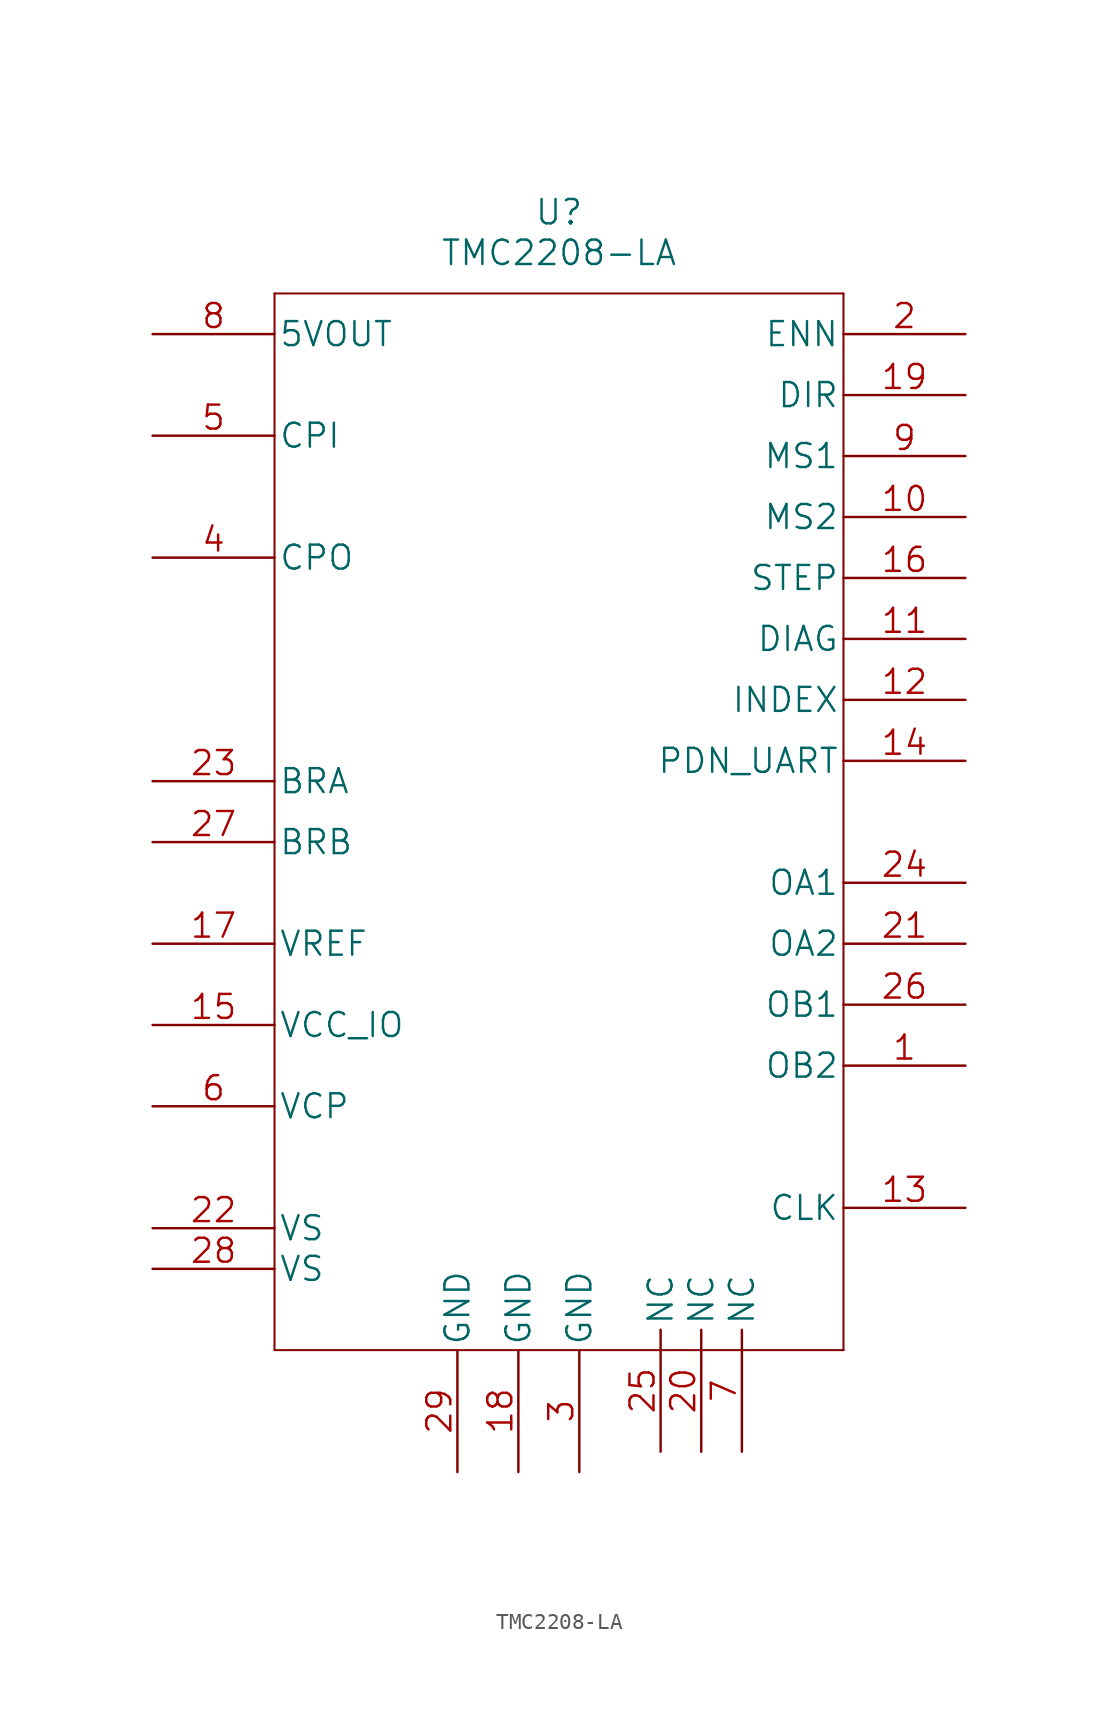
<source format=kicad_sym>
(kicad_symbol_lib
  (version 20211014)
  (generator kicad_symbol_editor)
  (symbol "TMC2208-LA"
    (pin_names
      (offset 0.254))
    (property "Reference" "U"
      (at 25.4 10.16 0)
      (effects (font (size 1.524 1.524))))
    (property "Value" "TMC2208-LA"
      (at 25.4 7.62 0)
      (effects (font (size 1.524 1.524))))
    (property "Datasheet" ""
      (at 0 0 0)
      (effects (font (size 1.524 1.524))))
    (symbol "TMC2208-LA_1_1"
      (polyline (pts (xy 7.62 -60.96) (xy 43.18 -60.96)) (stroke (width 0.127) (type default) (color 0 0 0 0)) (fill (type none)))
      (polyline (pts (xy 7.62 5.08) (xy 7.62 -60.96)) (stroke (width 0.127) (type default) (color 0 0 0 0)) (fill (type none)))
      (polyline (pts (xy 43.18 -60.96) (xy 43.18 5.08)) (stroke (width 0.127) (type default) (color 0 0 0 0)) (fill (type none)))
      (polyline (pts (xy 43.18 5.08) (xy 7.62 5.08)) (stroke (width 0.127) (type default) (color 0 0 0 0)) (fill (type none)))
      (pin output line (at 50.8 -43.18 180) (length 7.62) (name "OB2" (effects (font (size 1.499 1.499)))) (number "1" (effects (font (size 1.499 1.499)))))
      (pin input line (at 50.8 -8.89 180) (length 7.62) (name "MS2" (effects (font (size 1.499 1.499)))) (number "10" (effects (font (size 1.499 1.499)))))
      (pin output line (at 50.8 -16.51 180) (length 7.62) (name "DIAG" (effects (font (size 1.499 1.499)))) (number "11" (effects (font (size 1.499 1.499)))))
      (pin output line (at 50.8 -20.32 180) (length 7.62) (name "INDEX" (effects (font (size 1.499 1.499)))) (number "12" (effects (font (size 1.499 1.499)))))
      (pin input line (at 50.8 -52.07 180) (length 7.62) (name "CLK" (effects (font (size 1.499 1.499)))) (number "13" (effects (font (size 1.499 1.499)))))
      (pin bidirectional line (at 50.8 -24.13 180) (length 7.62) (name "PDN_UART" (effects (font (size 1.499 1.499)))) (number "14" (effects (font (size 1.499 1.499)))))
      (pin power_in line (at 0 -40.64 0) (length 7.62) (name "VCC_IO" (effects (font (size 1.499 1.499)))) (number "15" (effects (font (size 1.499 1.499)))))
      (pin input line (at 50.8 -12.7 180) (length 7.62) (name "STEP" (effects (font (size 1.499 1.499)))) (number "16" (effects (font (size 1.499 1.499)))))
      (pin input line (at 0 -35.56 0) (length 7.62) (name "VREF" (effects (font (size 1.499 1.499)))) (number "17" (effects (font (size 1.499 1.499)))))
      (pin power_in line (at 22.86 -68.58 90) (length 7.62) (name "GND" (effects (font (size 1.499 1.499)))) (number "18" (effects (font (size 1.499 1.499)))))
      (pin input line (at 50.8 -1.27 180) (length 7.62) (name "DIR" (effects (font (size 1.499 1.499)))) (number "19" (effects (font (size 1.499 1.499)))))
      (pin input line (at 50.8 2.54 180) (length 7.62) (name "ENN" (effects (font (size 1.499 1.499)))) (number "2" (effects (font (size 1.499 1.499)))))
      (pin power_in line (at 34.29 -67.31 90) (length 7.62) (name "NC" (effects (font (size 1.499 1.499)))) (number "20" (effects (font (size 1.499 1.499)))))
      (pin output line (at 50.8 -35.56 180) (length 7.62) (name "OA2" (effects (font (size 1.499 1.499)))) (number "21" (effects (font (size 1.499 1.499)))))
      (pin power_in line (at 0 -53.34 0) (length 7.62) (name "VS" (effects (font (size 1.499 1.499)))) (number "22" (effects (font (size 1.499 1.499)))))
      (pin unspecified line (at 0 -25.4 0) (length 7.62) (name "BRA" (effects (font (size 1.499 1.499)))) (number "23" (effects (font (size 1.499 1.499)))))
      (pin output line (at 50.8 -31.75 180) (length 7.62) (name "OA1" (effects (font (size 1.499 1.499)))) (number "24" (effects (font (size 1.499 1.499)))))
      (pin power_in line (at 31.75 -67.31 90) (length 7.62) (name "NC" (effects (font (size 1.499 1.499)))) (number "25" (effects (font (size 1.499 1.499)))))
      (pin output line (at 50.8 -39.37 180) (length 7.62) (name "OB1" (effects (font (size 1.499 1.499)))) (number "26" (effects (font (size 1.499 1.499)))))
      (pin unspecified line (at 0 -29.21 0) (length 7.62) (name "BRB" (effects (font (size 1.499 1.499)))) (number "27" (effects (font (size 1.499 1.499)))))
      (pin power_in line (at 0 -55.88 0) (length 7.62) (name "VS" (effects (font (size 1.499 1.499)))) (number "28" (effects (font (size 1.499 1.499)))))
      (pin power_in line (at 19.05 -68.58 90) (length 7.62) (name "GND" (effects (font (size 1.499 1.499)))) (number "29" (effects (font (size 1.499 1.499)))))
      (pin power_in line (at 26.67 -68.58 90) (length 7.62) (name "GND" (effects (font (size 1.499 1.499)))) (number "3" (effects (font (size 1.499 1.499)))))
      (pin output line (at 0 -11.43 0) (length 7.62) (name "CPO" (effects (font (size 1.499 1.499)))) (number "4" (effects (font (size 1.499 1.499)))))
      (pin input line (at 0 -3.81 0) (length 7.62) (name "CPI" (effects (font (size 1.499 1.499)))) (number "5" (effects (font (size 1.499 1.499)))))
      (pin power_in line (at 0 -45.72 0) (length 7.62) (name "VCP" (effects (font (size 1.499 1.499)))) (number "6" (effects (font (size 1.499 1.499)))))
      (pin power_in line (at 36.83 -67.31 90) (length 7.62) (name "NC" (effects (font (size 1.499 1.499)))) (number "7" (effects (font (size 1.499 1.499)))))
      (pin output line (at 0 2.54 0) (length 7.62) (name "5VOUT" (effects (font (size 1.499 1.499)))) (number "8" (effects (font (size 1.499 1.499)))))
      (pin input line (at 50.8 -5.08 180) (length 7.62) (name "MS1" (effects (font (size 1.499 1.499)))) (number "9" (effects (font (size 1.499 1.499))))))))
</source>
